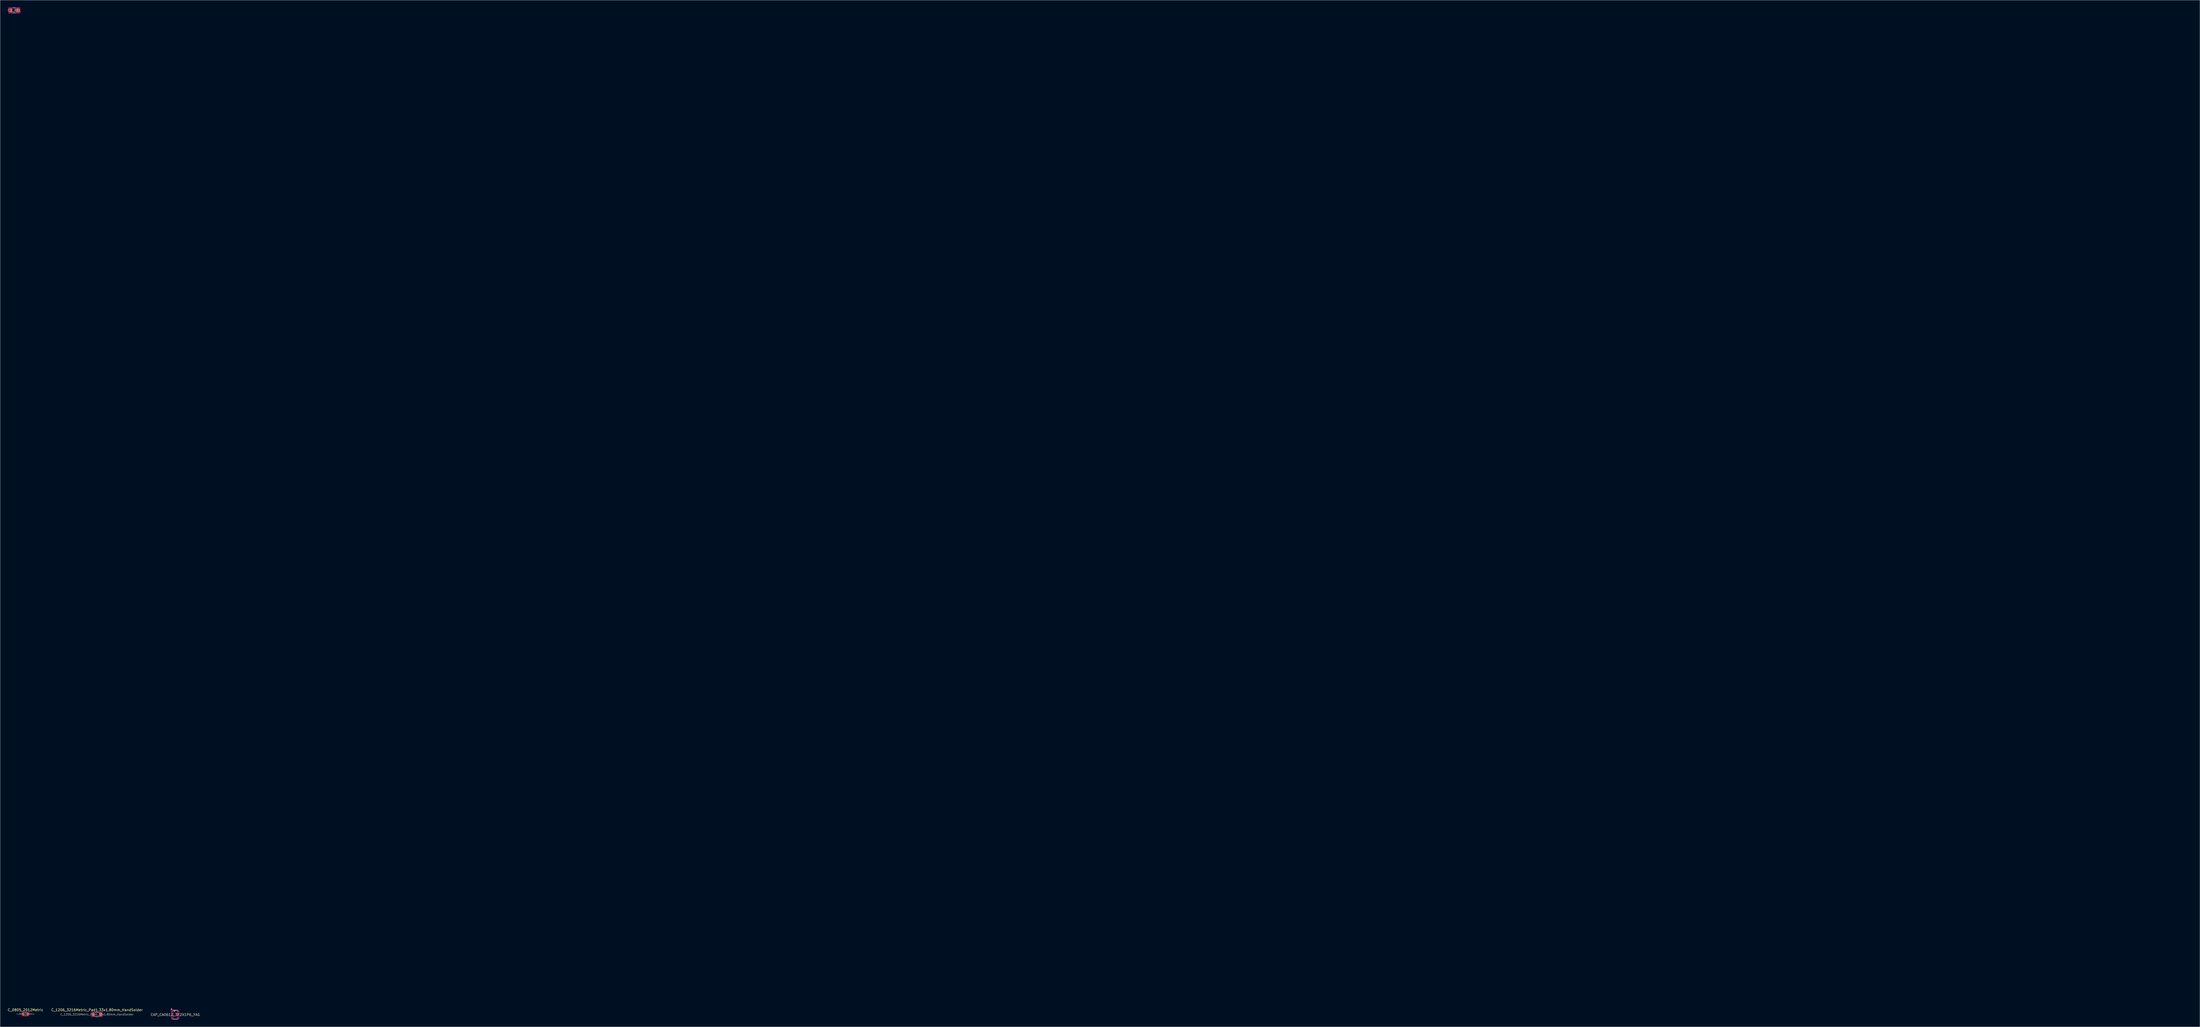
<source format=kicad_pcb>
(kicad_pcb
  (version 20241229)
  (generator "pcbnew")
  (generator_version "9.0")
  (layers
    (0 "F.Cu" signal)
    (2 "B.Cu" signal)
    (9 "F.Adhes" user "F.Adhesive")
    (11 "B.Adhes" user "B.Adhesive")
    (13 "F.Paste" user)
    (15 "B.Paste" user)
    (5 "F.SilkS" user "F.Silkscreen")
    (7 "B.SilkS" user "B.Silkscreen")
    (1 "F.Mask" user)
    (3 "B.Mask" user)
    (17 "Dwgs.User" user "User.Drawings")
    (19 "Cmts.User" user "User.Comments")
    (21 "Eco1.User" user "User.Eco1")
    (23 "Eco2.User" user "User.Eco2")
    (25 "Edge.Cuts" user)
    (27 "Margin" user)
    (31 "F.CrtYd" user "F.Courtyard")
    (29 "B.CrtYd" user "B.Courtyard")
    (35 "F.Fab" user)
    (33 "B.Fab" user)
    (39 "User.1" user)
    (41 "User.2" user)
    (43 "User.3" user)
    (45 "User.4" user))
  (footprint "C1_BEL"
    (layer "F.Cu")
    (at 2.839 1.219)
    (property "Reference" "C1_BEL" (at 0 0 0) (unlocked yes) (layer "F.SilkS") (effects (font (size 1 1) (thickness 0.15))))
    (attr smd)
    (fp_line (start -0.48 1.016) (end 0.48 1.016) (stroke (width 0.152) (type solid)) (layer "F.SilkS"))
    (fp_line (start 0.48 -1.016) (end -0.48 -1.016) (stroke (width 0.152) (type solid)) (layer "F.SilkS"))
    (fp_line (start -2.311 -1.143) (end 2.311 -1.143) (stroke (width 0.152) (type solid)) (layer "F.CrtYd"))
    (fp_line (start -2.311 1.143) (end -2.311 -1.143) (stroke (width 0.152) (type solid)) (layer "F.CrtYd"))
    (fp_line (start 2.311 -1.143) (end 2.311 1.143) (stroke (width 0.152) (type solid)) (layer "F.CrtYd"))
    (fp_line (start 2.311 1.143) (end -2.311 1.143) (stroke (width 0.152) (type solid)) (layer "F.CrtYd"))
    (fp_line (start -1.702 -0.889) (end -1.702 0.889) (stroke (width 0.025) (type solid)) (layer "F.Fab"))
    (fp_line (start -1.702 -0.889) (end -1.702 0.889) (stroke (width 0.025) (type solid)) (layer "F.Fab"))
    (fp_line (start -1.702 0.889) (end -0.787 0.889) (stroke (width 0.025) (type solid)) (layer "F.Fab"))
    (fp_line (start -1.702 0.889) (end 1.702 0.889) (stroke (width 0.025) (type solid)) (layer "F.Fab"))
    (fp_line (start -0.787 -0.889) (end -1.702 -0.889) (stroke (width 0.025) (type solid)) (layer "F.Fab"))
    (fp_line (start -0.787 0.889) (end -0.787 -0.889) (stroke (width 0.025) (type solid)) (layer "F.Fab"))
    (fp_line (start 0.787 -0.889) (end 0.787 0.889) (stroke (width 0.025) (type solid)) (layer "F.Fab"))
    (fp_line (start 0.787 0.889) (end 1.702 0.889) (stroke (width 0.025) (type solid)) (layer "F.Fab"))
    (fp_line (start 1.702 -0.889) (end -1.702 -0.889) (stroke (width 0.025) (type solid)) (layer "F.Fab"))
    (fp_line (start 1.702 -0.889) (end 0.787 -0.889) (stroke (width 0.025) (type solid)) (layer "F.Fab"))
    (fp_line (start 1.702 0.889) (end 1.702 -0.889) (stroke (width 0.025) (type solid)) (layer "F.Fab"))
    (fp_line (start 1.702 0.889) (end 1.702 -0.889) (stroke (width 0.025) (type solid)) (layer "F.Fab"))
    (fp_circle (center -1.448 0) (end -1.448 0) (stroke (width 0.025) (type solid)) (fill no) (layer "F.Fab"))
    (fp_text user "${REFERENCE}" (at 0 0 0) (unlocked yes) (layer "F.Fab") (effects (font (size 1 1) (thickness 0.15))))
    (pad "1" smd rect (at -1.422 0) (size 1.27 1.778) (layers "F.Cu" "F.Mask" "F.Paste"))
    (pad "2" smd rect (at 1.422 0) (size 1.27 1.778) (layers "F.Cu" "F.Mask" "F.Paste"))
    (zone (net_name "") (layer "F.Cu") (hatch full 0.508) (connect_pads) (min_thickness 0.254) (filled_areas_thickness no) (keepout (tracks not_allowed) (vias not_allowed) (pads allowed) (copperpour not_allowed) (footprints allowed)) (placement (enabled no)) (fill) (polygon (pts (xy 898.503 407.581) (xy 899.976 407.581) (xy 899.976 409.257) (xy 898.503 409.257)))))
  (footprint "C_0805_2012Metric"
    (layer "F.Cu")
    (at 7.458 414.786)
    (property "Reference" "C_0805_2012Metric" (at 0 -1.68 0) (layer "F.SilkS") (effects (font (size 1 1) (thickness 0.15))))
    (attr smd)
    (fp_line (start -0.261 -0.735) (end 0.261 -0.735) (stroke (width 0.12) (type solid)) (layer "F.SilkS"))
    (fp_line (start -0.261 0.735) (end 0.261 0.735) (stroke (width 0.12) (type solid)) (layer "F.SilkS"))
    (fp_line (start -1.7 -0.98) (end 1.7 -0.98) (stroke (width 0.05) (type solid)) (layer "F.CrtYd"))
    (fp_line (start -1.7 0.98) (end -1.7 -0.98) (stroke (width 0.05) (type solid)) (layer "F.CrtYd"))
    (fp_line (start 1.7 -0.98) (end 1.7 0.98) (stroke (width 0.05) (type solid)) (layer "F.CrtYd"))
    (fp_line (start 1.7 0.98) (end -1.7 0.98) (stroke (width 0.05) (type solid)) (layer "F.CrtYd"))
    (fp_line (start -1 -0.625) (end 1 -0.625) (stroke (width 0.1) (type solid)) (layer "F.Fab"))
    (fp_line (start -1 0.625) (end -1 -0.625) (stroke (width 0.1) (type solid)) (layer "F.Fab"))
    (fp_line (start 1 -0.625) (end 1 0.625) (stroke (width 0.1) (type solid)) (layer "F.Fab"))
    (fp_line (start 1 0.625) (end -1 0.625) (stroke (width 0.1) (type solid)) (layer "F.Fab"))
    (fp_text user "${REFERENCE}" (at 0 0 0) (layer "F.Fab") (effects (font (size 0.5 0.5) (thickness 0.08))))
    (pad "1" smd roundrect (at -0.95 0) (size 1 1.45) (layers "F.Cu" "F.Mask" "F.Paste") (roundrect_rratio 0.25))
    (pad "2" smd roundrect (at 0.95 0) (size 1 1.45) (layers "F.Cu" "F.Mask" "F.Paste") (roundrect_rratio 0.25)))
  (footprint "C_1206_3216Metric_Pad1.33x1.80mm_HandSolder"
    (layer "F.Cu")
    (at 36.875 414.956)
    (property "Reference" "C_1206_3216Metric_Pad1.33x1.80mm_HandSolder" (at 0 -1.85 0) (layer "F.SilkS") (effects (font (size 1 1) (thickness 0.15))))
    (attr smd)
    (fp_line (start -0.711 -0.91) (end 0.711 -0.91) (stroke (width 0.12) (type solid)) (layer "F.SilkS"))
    (fp_line (start -0.711 0.91) (end 0.711 0.91) (stroke (width 0.12) (type solid)) (layer "F.SilkS"))
    (fp_line (start -2.48 -1.15) (end 2.48 -1.15) (stroke (width 0.05) (type solid)) (layer "F.CrtYd"))
    (fp_line (start -2.48 1.15) (end -2.48 -1.15) (stroke (width 0.05) (type solid)) (layer "F.CrtYd"))
    (fp_line (start 2.48 -1.15) (end 2.48 1.15) (stroke (width 0.05) (type solid)) (layer "F.CrtYd"))
    (fp_line (start 2.48 1.15) (end -2.48 1.15) (stroke (width 0.05) (type solid)) (layer "F.CrtYd"))
    (fp_line (start -1.6 -0.8) (end 1.6 -0.8) (stroke (width 0.1) (type solid)) (layer "F.Fab"))
    (fp_line (start -1.6 0.8) (end -1.6 -0.8) (stroke (width 0.1) (type solid)) (layer "F.Fab"))
    (fp_line (start 1.6 -0.8) (end 1.6 0.8) (stroke (width 0.1) (type solid)) (layer "F.Fab"))
    (fp_line (start 1.6 0.8) (end -1.6 0.8) (stroke (width 0.1) (type solid)) (layer "F.Fab"))
    (fp_text user "${REFERENCE}" (at 0 0 0) (layer "F.Fab") (effects (font (size 0.8 0.8) (thickness 0.12))))
    (pad "1" smd roundrect (at -1.562 0) (size 1.325 1.8) (layers "F.Cu" "F.Mask" "F.Paste") (roundrect_rratio 0.189))
    (pad "2" smd roundrect (at 1.562 0) (size 1.325 1.8) (layers "F.Cu" "F.Mask" "F.Paste") (roundrect_rratio 0.189)))
  (footprint "CAP_CA0612_3P2X1P6_YAG"
    (layer "F.Cu")
    (at 69.101 415.068)
    (property "Reference" "CAP_CA0612_3P2X1P6_YAG" (at 0 0 0) (unlocked yes) (layer "F.SilkS") (effects (font (size 1 1) (thickness 0.15))))
    (attr smd)
    (fp_line (start -1.003 -1.803) (end 1.003 -1.803) (stroke (width 0.152) (type solid)) (layer "F.SilkS"))
    (fp_line (start -1.003 1.803) (end 1.003 1.803) (stroke (width 0.152) (type solid)) (layer "F.SilkS"))
    (fp_line (start -1.587 -1.657) (end -1.13 -1.657) (stroke (width 0.152) (type solid)) (layer "F.CrtYd"))
    (fp_line (start -1.587 1.657) (end -1.587 -1.657) (stroke (width 0.152) (type solid)) (layer "F.CrtYd"))
    (fp_line (start -1.587 1.657) (end -1.13 1.657) (stroke (width 0.152) (type solid)) (layer "F.CrtYd"))
    (fp_line (start -1.13 -1.93) (end 1.13 -1.93) (stroke (width 0.152) (type solid)) (layer "F.CrtYd"))
    (fp_line (start -1.13 -1.657) (end -1.13 -1.93) (stroke (width 0.152) (type solid)) (layer "F.CrtYd"))
    (fp_line (start -1.13 1.93) (end -1.13 1.657) (stroke (width 0.152) (type solid)) (layer "F.CrtYd"))
    (fp_line (start 1.13 -1.93) (end 1.13 -1.657) (stroke (width 0.152) (type solid)) (layer "F.CrtYd"))
    (fp_line (start 1.13 1.657) (end 1.13 1.93) (stroke (width 0.152) (type solid)) (layer "F.CrtYd"))
    (fp_line (start 1.13 1.93) (end -1.13 1.93) (stroke (width 0.152) (type solid)) (layer "F.CrtYd"))
    (fp_line (start 1.587 -1.657) (end 1.13 -1.657) (stroke (width 0.152) (type solid)) (layer "F.CrtYd"))
    (fp_line (start 1.587 -1.657) (end 1.587 1.657) (stroke (width 0.152) (type solid)) (layer "F.CrtYd"))
    (fp_line (start 1.587 1.657) (end 1.13 1.657) (stroke (width 0.152) (type solid)) (layer "F.CrtYd"))
    (fp_line (start -0.876 -1.676) (end 0.876 -1.676) (stroke (width 0.025) (type solid)) (layer "F.Fab"))
    (fp_line (start -0.876 -1.327) (end -0.876 -1.676) (stroke (width 0.025) (type solid)) (layer "F.Fab"))
    (fp_line (start -0.876 -1.073) (end -0.876 -0.527) (stroke (width 0.025) (type solid)) (layer "F.Fab"))
    (fp_line (start -0.876 -0.273) (end -0.876 0.273) (stroke (width 0.025) (type solid)) (layer "F.Fab"))
    (fp_line (start -0.876 0.527) (end -0.876 1.073) (stroke (width 0.025) (type solid)) (layer "F.Fab"))
    (fp_line (start -0.876 1.327) (end -0.876 1.676) (stroke (width 0.025) (type solid)) (layer "F.Fab"))
    (fp_line (start -0.876 1.676) (end 0.876 1.676) (stroke (width 0.025) (type solid)) (layer "F.Fab"))
    (fp_line (start -0.622 -1.676) (end -0.876 -1.422) (stroke (width 0.025) (type solid)) (layer "F.Fab"))
    (fp_line (start 0.876 -1.327) (end 0.876 -1.676) (stroke (width 0.025) (type solid)) (layer "F.Fab"))
    (fp_line (start 0.876 -1.073) (end 0.876 -0.527) (stroke (width 0.025) (type solid)) (layer "F.Fab"))
    (fp_line (start 0.876 -0.273) (end 0.876 0.273) (stroke (width 0.025) (type solid)) (layer "F.Fab"))
    (fp_line (start 0.876 0.527) (end 0.876 1.073) (stroke (width 0.025) (type solid)) (layer "F.Fab"))
    (fp_line (start 0.876 1.327) (end 0.876 1.676) (stroke (width 0.025) (type solid)) (layer "F.Fab"))
    (fp_arc (start -0.8763 -1.327) (mid -0.7493 -1.2) (end -0.8763 -1.073) (stroke (width 0.0254) (type solid)) (layer "F.Fab"))
    (fp_arc (start -0.8763 -0.526999) (mid -0.7493 -0.399999) (end -0.8763 -0.272999) (stroke (width 0.0254) (type solid)) (layer "F.Fab"))
    (fp_arc (start -0.8763 0.272999) (mid -0.7493 0.399999) (end -0.8763 0.526999) (stroke (width 0.0254) (type solid)) (layer "F.Fab"))
    (fp_arc (start -0.8763 1.073) (mid -0.7493 1.2) (end -0.8763 1.327) (stroke (width 0.0254) (type solid)) (layer "F.Fab"))
    (fp_arc (start 0.8763 -1.073) (mid 0.7493 -1.2) (end 0.8763 -1.327) (stroke (width 0.0254) (type solid)) (layer "F.Fab"))
    (fp_arc (start 0.8763 -0.272999) (mid 0.749299 -0.4) (end 0.8763 -0.526999) (stroke (width 0.0254) (type solid)) (layer "F.Fab"))
    (fp_arc (start 0.8763 0.526999) (mid 0.749301 0.4) (end 0.8763 0.272999) (stroke (width 0.0254) (type solid)) (layer "F.Fab"))
    (fp_arc (start 0.8763 1.327) (mid 0.7493 1.2) (end 0.8763 1.073) (stroke (width 0.0254) (type solid)) (layer "F.Fab"))
    (fp_text user "*" (at -1.511 -1.962 0) (layer "F.SilkS") (effects (font (size 1 1) (thickness 0.15))))
    (fp_text user "*" (at -1.511 -1.962 0) (unlocked yes) (layer "F.SilkS") (effects (font (size 1 1) (thickness 0.15))))
    (fp_text user "*" (at -0.241 -1.168 0) (layer "F.Fab") (effects (font (size 1 1) (thickness 0.15))))
    (fp_text user "${REFERENCE}" (at 0 0 0) (unlocked yes) (layer "F.Fab") (effects (font (size 1 1) (thickness 0.15))))
    (fp_text user "*" (at -0.241 -1.168 0) (unlocked yes) (layer "F.Fab") (effects (font (size 1 1) (thickness 0.15))))
    (pad "1" smd rect (at -1.016 -1.2) (size 0.635 0.406) (layers "F.Cu" "F.Mask" "F.Paste"))
    (pad "2" smd rect (at -1.016 -0.4) (size 0.635 0.406) (layers "F.Cu" "F.Mask" "F.Paste"))
    (pad "3" smd rect (at -1.016 0.4) (size 0.635 0.406) (layers "F.Cu" "F.Mask" "F.Paste"))
    (pad "4" smd rect (at -1.016 1.2) (size 0.635 0.406) (layers "F.Cu" "F.Mask" "F.Paste"))
    (pad "5" smd rect (at 1.016 1.2) (size 0.635 0.406) (layers "F.Cu" "F.Mask" "F.Paste"))
    (pad "6" smd rect (at 1.016 0.4) (size 0.635 0.406) (layers "F.Cu" "F.Mask" "F.Paste"))
    (pad "7" smd rect (at 1.016 -0.4) (size 0.635 0.406) (layers "F.Cu" "F.Mask" "F.Paste"))
    (pad "8" smd rect (at 1.016 -1.2) (size 0.635 0.406) (layers "F.Cu" "F.Mask" "F.Paste")))
  (gr_rect
    (start -3 -3)
    (end 902.976 420.074)
    (stroke (width 0.1) (type default))
    (fill no)
    (layer "Edge.Cuts")))
</source>
